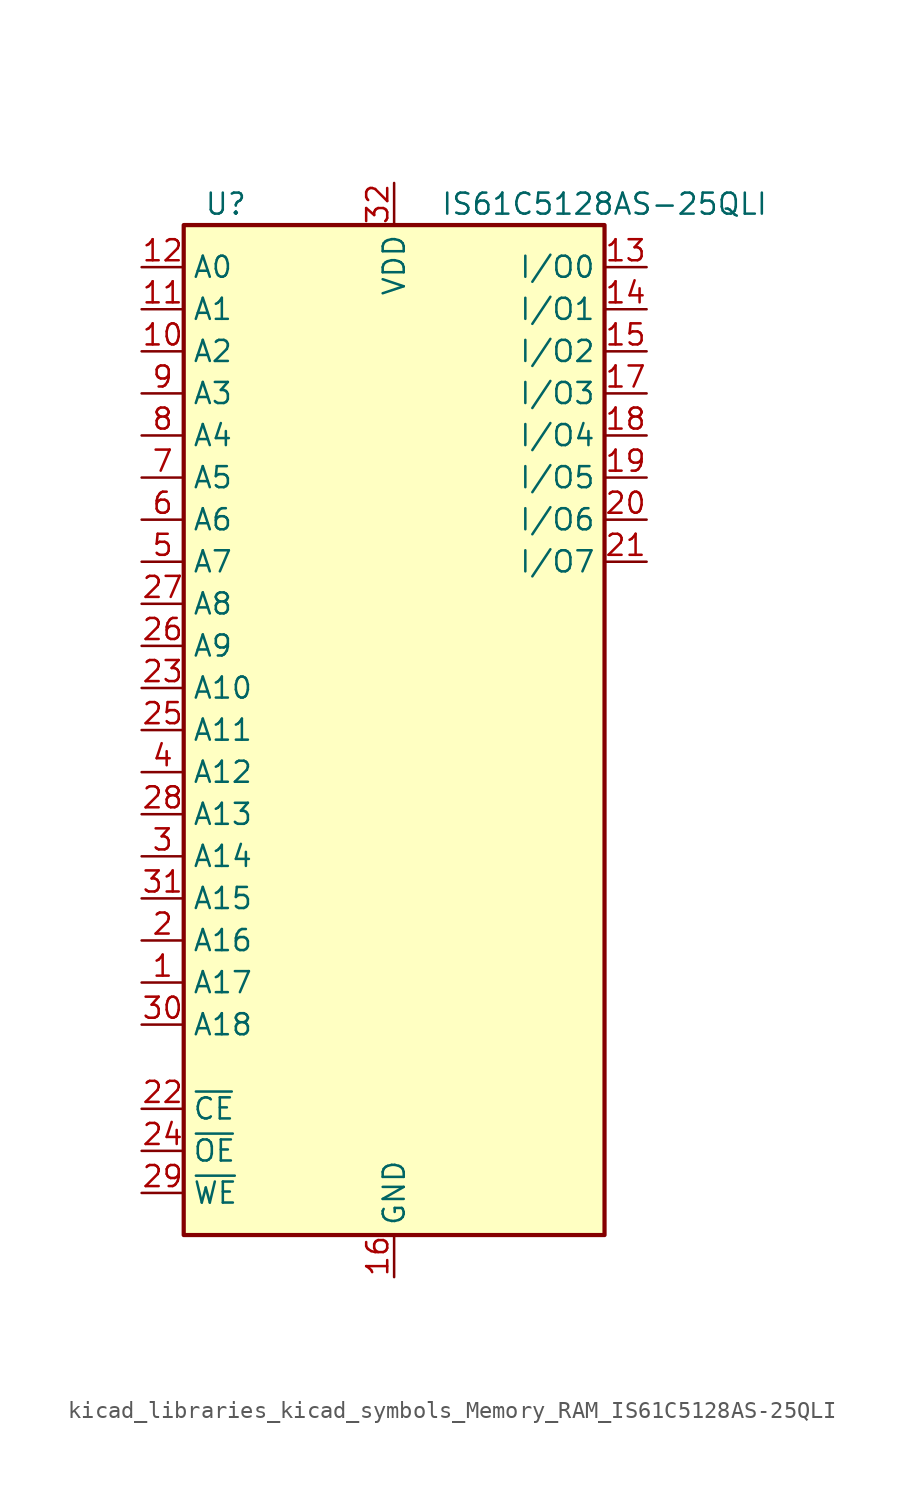
<source format=kicad_sym>
(kicad_symbol_lib
  (version 20220914)
  (generator kicad_symbol_editor)
  (symbol "kicad_libraries_kicad_symbols_Memory_RAM_IS61C5128AS-25QLI"
    (property "Reference" "U"
      (at -10.16 31.75 0)
      (effects (font (size 1.27 1.27))))
    (property "Value" "IS61C5128AS-25QLI"
      (at 12.7 31.75 0)
      (effects (font (size 1.27 1.27))))
    (symbol "kicad_libraries_kicad_symbols_Memory_RAM_IS61C5128AS-25QLI_0_1"
      (rectangle (start -12.7 30.48) (end 12.7 -30.48) (stroke (width 0.254) (type default)) (fill (type background))))
    (symbol "kicad_libraries_kicad_symbols_Memory_RAM_IS61C5128AS-25QLI_1_1"
      (pin input line (at -15.24 -15.24 0) (length 2.54) (name "A17" (effects (font (size 1.27 1.27)))) (number "1" (effects (font (size 1.27 1.27)))))
      (pin input line (at -15.24 22.86 0) (length 2.54) (name "A2" (effects (font (size 1.27 1.27)))) (number "10" (effects (font (size 1.27 1.27)))))
      (pin input line (at -15.24 25.4 0) (length 2.54) (name "A1" (effects (font (size 1.27 1.27)))) (number "11" (effects (font (size 1.27 1.27)))))
      (pin input line (at -15.24 27.94 0) (length 2.54) (name "A0" (effects (font (size 1.27 1.27)))) (number "12" (effects (font (size 1.27 1.27)))))
      (pin bidirectional line (at 15.24 27.94 180) (length 2.54) (name "I/O0" (effects (font (size 1.27 1.27)))) (number "13" (effects (font (size 1.27 1.27)))))
      (pin bidirectional line (at 15.24 25.4 180) (length 2.54) (name "I/O1" (effects (font (size 1.27 1.27)))) (number "14" (effects (font (size 1.27 1.27)))))
      (pin bidirectional line (at 15.24 22.86 180) (length 2.54) (name "I/O2" (effects (font (size 1.27 1.27)))) (number "15" (effects (font (size 1.27 1.27)))))
      (pin power_in line (at 0 -33.02 90) (length 2.54) (name "GND" (effects (font (size 1.27 1.27)))) (number "16" (effects (font (size 1.27 1.27)))))
      (pin bidirectional line (at 15.24 20.32 180) (length 2.54) (name "I/O3" (effects (font (size 1.27 1.27)))) (number "17" (effects (font (size 1.27 1.27)))))
      (pin bidirectional line (at 15.24 17.78 180) (length 2.54) (name "I/O4" (effects (font (size 1.27 1.27)))) (number "18" (effects (font (size 1.27 1.27)))))
      (pin bidirectional line (at 15.24 15.24 180) (length 2.54) (name "I/O5" (effects (font (size 1.27 1.27)))) (number "19" (effects (font (size 1.27 1.27)))))
      (pin input line (at -15.24 -12.7 0) (length 2.54) (name "A16" (effects (font (size 1.27 1.27)))) (number "2" (effects (font (size 1.27 1.27)))))
      (pin bidirectional line (at 15.24 12.7 180) (length 2.54) (name "I/O6" (effects (font (size 1.27 1.27)))) (number "20" (effects (font (size 1.27 1.27)))))
      (pin bidirectional line (at 15.24 10.16 180) (length 2.54) (name "I/O7" (effects (font (size 1.27 1.27)))) (number "21" (effects (font (size 1.27 1.27)))))
      (pin input line (at -15.24 -22.86 0) (length 2.54) (name "~{CE}" (effects (font (size 1.27 1.27)))) (number "22" (effects (font (size 1.27 1.27)))))
      (pin input line (at -15.24 2.54 0) (length 2.54) (name "A10" (effects (font (size 1.27 1.27)))) (number "23" (effects (font (size 1.27 1.27)))))
      (pin input line (at -15.24 -25.4 0) (length 2.54) (name "~{OE}" (effects (font (size 1.27 1.27)))) (number "24" (effects (font (size 1.27 1.27)))))
      (pin input line (at -15.24 0 0) (length 2.54) (name "A11" (effects (font (size 1.27 1.27)))) (number "25" (effects (font (size 1.27 1.27)))))
      (pin input line (at -15.24 5.08 0) (length 2.54) (name "A9" (effects (font (size 1.27 1.27)))) (number "26" (effects (font (size 1.27 1.27)))))
      (pin input line (at -15.24 7.62 0) (length 2.54) (name "A8" (effects (font (size 1.27 1.27)))) (number "27" (effects (font (size 1.27 1.27)))))
      (pin input line (at -15.24 -5.08 0) (length 2.54) (name "A13" (effects (font (size 1.27 1.27)))) (number "28" (effects (font (size 1.27 1.27)))))
      (pin input line (at -15.24 -27.94 0) (length 2.54) (name "~{WE}" (effects (font (size 1.27 1.27)))) (number "29" (effects (font (size 1.27 1.27)))))
      (pin input line (at -15.24 -7.62 0) (length 2.54) (name "A14" (effects (font (size 1.27 1.27)))) (number "3" (effects (font (size 1.27 1.27)))))
      (pin input line (at -15.24 -17.78 0) (length 2.54) (name "A18" (effects (font (size 1.27 1.27)))) (number "30" (effects (font (size 1.27 1.27)))))
      (pin input line (at -15.24 -10.16 0) (length 2.54) (name "A15" (effects (font (size 1.27 1.27)))) (number "31" (effects (font (size 1.27 1.27)))))
      (pin power_in line (at 0 33.02 270) (length 2.54) (name "VDD" (effects (font (size 1.27 1.27)))) (number "32" (effects (font (size 1.27 1.27)))))
      (pin input line (at -15.24 -2.54 0) (length 2.54) (name "A12" (effects (font (size 1.27 1.27)))) (number "4" (effects (font (size 1.27 1.27)))))
      (pin input line (at -15.24 10.16 0) (length 2.54) (name "A7" (effects (font (size 1.27 1.27)))) (number "5" (effects (font (size 1.27 1.27)))))
      (pin input line (at -15.24 12.7 0) (length 2.54) (name "A6" (effects (font (size 1.27 1.27)))) (number "6" (effects (font (size 1.27 1.27)))))
      (pin input line (at -15.24 15.24 0) (length 2.54) (name "A5" (effects (font (size 1.27 1.27)))) (number "7" (effects (font (size 1.27 1.27)))))
      (pin input line (at -15.24 17.78 0) (length 2.54) (name "A4" (effects (font (size 1.27 1.27)))) (number "8" (effects (font (size 1.27 1.27)))))
      (pin input line (at -15.24 20.32 0) (length 2.54) (name "A3" (effects (font (size 1.27 1.27)))) (number "9" (effects (font (size 1.27 1.27))))))))
</source>
